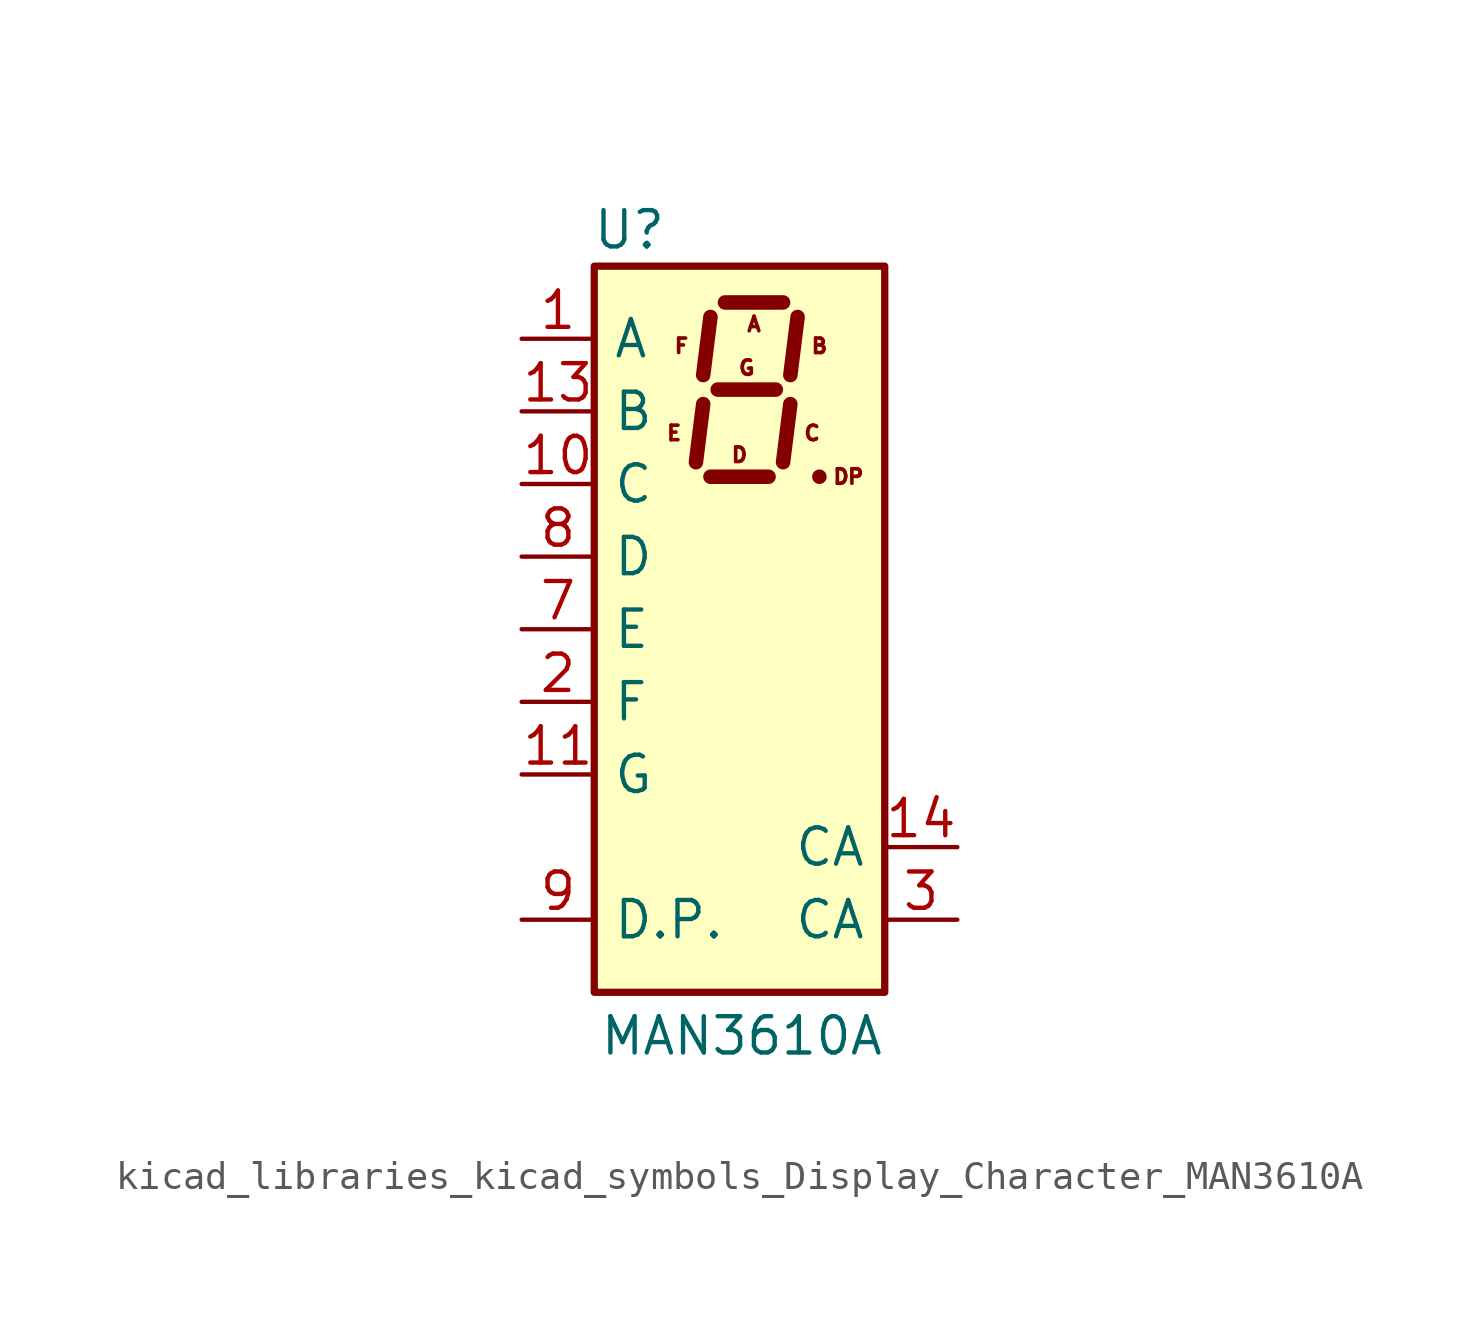
<source format=kicad_sym>
(kicad_symbol_lib
  (version 20220914)
  (generator kicad_symbol_editor)
  (symbol "kicad_libraries_kicad_symbols_Display_Character_MAN3610A"
    (pin_names
      (offset 0.635))
    (property "Reference" "U"
      (at -2.54 13.97 0)
      (effects (font (size 1.27 1.27)) (justify right)))
    (property "Value" "MAN3610A"
      (at 5.08 -14.224 0)
      (effects (font (size 1.27 1.27)) (justify right)))
    (symbol "kicad_libraries_kicad_symbols_Display_Character_MAN3610A_0_0"
      (text "A" (at 0.508 10.668 0) (effects (font (size 0.508 0.508))))
      (text "B" (at 2.794 9.906 0) (effects (font (size 0.508 0.508))))
      (text "C" (at 2.54 6.858 0) (effects (font (size 0.508 0.508))))
      (text "D" (at 0 6.096 0) (effects (font (size 0.508 0.508))))
      (text "DP" (at 3.81 5.334 0) (effects (font (size 0.508 0.508))))
      (text "E" (at -2.286 6.858 0) (effects (font (size 0.508 0.508))))
      (text "F" (at -2.032 9.906 0) (effects (font (size 0.508 0.508))))
      (text "G" (at 0.254 9.144 0) (effects (font (size 0.508 0.508)))))
    (symbol "kicad_libraries_kicad_symbols_Display_Character_MAN3610A_0_1"
      (rectangle (start -5.08 12.7) (end 5.08 -12.7) (stroke (width 0.254) (type default)) (fill (type background)))
      (polyline (pts (xy -1.27 7.874) (xy -1.524 5.842)) (stroke (width 0.508) (type default)) (fill (type none)))
      (polyline (pts (xy -1.016 5.334) (xy 1.016 5.334)) (stroke (width 0.508) (type default)) (fill (type none)))
      (polyline (pts (xy -1.016 10.922) (xy -1.27 8.89)) (stroke (width 0.508) (type default)) (fill (type none)))
      (polyline (pts (xy -0.762 8.382) (xy 1.27 8.382)) (stroke (width 0.508) (type default)) (fill (type none)))
      (polyline (pts (xy -0.508 11.43) (xy 1.524 11.43)) (stroke (width 0.508) (type default)) (fill (type none)))
      (polyline (pts (xy 1.778 7.874) (xy 1.524 5.842)) (stroke (width 0.508) (type default)) (fill (type none)))
      (polyline (pts (xy 2.032 10.922) (xy 1.778 8.89)) (stroke (width 0.508) (type default)) (fill (type none)))
      (polyline (pts (xy 2.794 5.334) (xy 2.794 5.334)) (stroke (width 0.508) (type default)) (fill (type none))))
    (symbol "kicad_libraries_kicad_symbols_Display_Character_MAN3610A_1_1"
      (pin input line (at -7.62 10.16 0) (length 2.54) (name "A" (effects (font (size 1.27 1.27)))) (number "1" (effects (font (size 1.27 1.27)))))
      (pin input line (at -7.62 5.08 0) (length 2.54) (name "C" (effects (font (size 1.27 1.27)))) (number "10" (effects (font (size 1.27 1.27)))))
      (pin input line (at -7.62 -5.08 0) (length 2.54) (name "G" (effects (font (size 1.27 1.27)))) (number "11" (effects (font (size 1.27 1.27)))))
      (pin no_connect line (at 5.08 -5.08 180) (length 2.54) hide (name "NC" (effects (font (size 1.27 1.27)))) (number "12" (effects (font (size 1.27 1.27)))))
      (pin input line (at -7.62 7.62 0) (length 2.54) (name "B" (effects (font (size 1.27 1.27)))) (number "13" (effects (font (size 1.27 1.27)))))
      (pin input line (at 7.62 -7.62 180) (length 2.54) (name "CA" (effects (font (size 1.27 1.27)))) (number "14" (effects (font (size 1.27 1.27)))))
      (pin input line (at -7.62 -2.54 0) (length 2.54) (name "F" (effects (font (size 1.27 1.27)))) (number "2" (effects (font (size 1.27 1.27)))))
      (pin input line (at 7.62 -10.16 180) (length 2.54) (name "CA" (effects (font (size 1.27 1.27)))) (number "3" (effects (font (size 1.27 1.27)))))
      (pin no_connect line (at 5.08 2.54 180) (length 2.54) hide (name "NC" (effects (font (size 1.27 1.27)))) (number "4" (effects (font (size 1.27 1.27)))))
      (pin no_connect line (at 5.08 0 180) (length 2.54) hide (name "NC" (effects (font (size 1.27 1.27)))) (number "5" (effects (font (size 1.27 1.27)))))
      (pin no_connect line (at 5.08 -2.54 180) (length 2.54) hide (name "NC" (effects (font (size 1.27 1.27)))) (number "6" (effects (font (size 1.27 1.27)))))
      (pin input line (at -7.62 0 0) (length 2.54) (name "E" (effects (font (size 1.27 1.27)))) (number "7" (effects (font (size 1.27 1.27)))))
      (pin input line (at -7.62 2.54 0) (length 2.54) (name "D" (effects (font (size 1.27 1.27)))) (number "8" (effects (font (size 1.27 1.27)))))
      (pin input line (at -7.62 -10.16 0) (length 2.54) (name "D.P." (effects (font (size 1.27 1.27)))) (number "9" (effects (font (size 1.27 1.27))))))))
</source>
